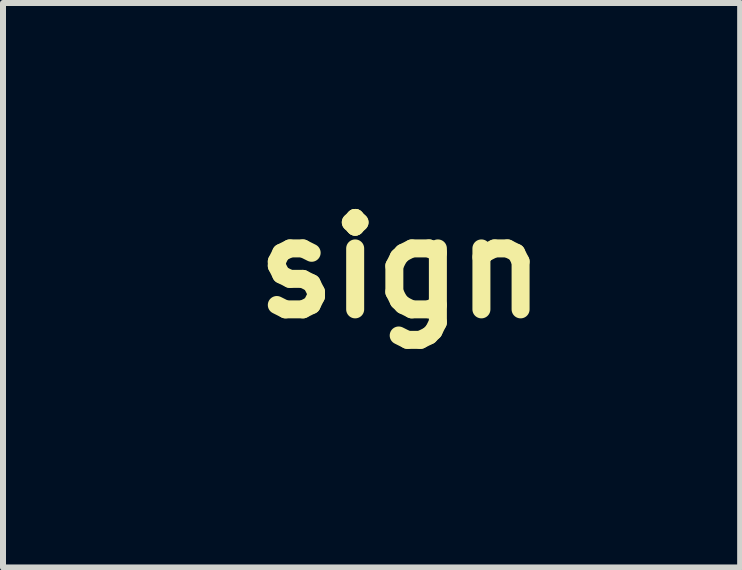
<source format=kicad_pcb>
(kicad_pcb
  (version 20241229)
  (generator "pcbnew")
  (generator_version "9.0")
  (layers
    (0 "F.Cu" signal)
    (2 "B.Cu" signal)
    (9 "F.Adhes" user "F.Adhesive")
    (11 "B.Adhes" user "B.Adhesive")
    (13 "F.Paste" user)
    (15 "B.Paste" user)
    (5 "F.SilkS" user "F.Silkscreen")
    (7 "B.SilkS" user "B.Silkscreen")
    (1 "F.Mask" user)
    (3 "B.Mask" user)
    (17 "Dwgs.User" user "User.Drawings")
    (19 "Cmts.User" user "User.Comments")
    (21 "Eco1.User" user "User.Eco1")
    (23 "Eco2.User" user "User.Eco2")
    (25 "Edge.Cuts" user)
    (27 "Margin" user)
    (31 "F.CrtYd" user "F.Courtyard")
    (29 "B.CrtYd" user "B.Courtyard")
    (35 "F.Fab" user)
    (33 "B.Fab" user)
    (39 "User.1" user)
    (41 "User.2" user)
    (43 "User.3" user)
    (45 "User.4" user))
  (footprint "sign"
    (layer "F.Cu")
    (at 3.633 1.418)
    (property "Reference" "sign" (at 0 0 0) (layer "F.SilkS") (effects (font (size 1.524 1.524) (thickness 0.3))))
    (attr through_hole)
    (fp_poly (pts (xy -2.255 0.191) (xy -2.243 0.201) (xy -2.229 0.217) (xy -2.22 0.236) (xy -2.214 0.263) (xy -2.214 0.265) (xy -2.208 0.307) (xy -2.202 0.36) (xy -2.196 0.422) (xy -2.189 0.489) (xy -2.183 0.56) (xy -2.178 0.631) (xy -2.174 0.699) (xy -2.17 0.761) (xy -2.17 0.769) (xy -2.165 0.87) (xy -2.159 0.958) (xy -2.153 1.033) (xy -2.147 1.096) (xy -2.139 1.149) (xy -2.131 1.193) (xy -2.121 1.228) (xy -2.11 1.256) (xy -2.098 1.277) (xy -2.092 1.285) (xy -2.077 1.299) (xy -2.061 1.307) (xy -2.042 1.306) (xy -2.021 1.296) (xy -1.994 1.277) (xy -1.962 1.249) (xy -1.924 1.209) (xy -1.894 1.177) (xy -1.855 1.136) (xy -1.824 1.107) (xy -1.798 1.089) (xy -1.776 1.081) (xy -1.757 1.082) (xy -1.739 1.091) (xy -1.73 1.099) (xy -1.716 1.119) (xy -1.711 1.14) (xy -1.718 1.164) (xy -1.735 1.192) (xy -1.758 1.221) (xy -1.803 1.271) (xy -1.846 1.317) (xy -1.887 1.356) (xy -1.923 1.387) (xy -1.953 1.41) (xy -1.966 1.417) (xy -2.016 1.434) (xy -2.066 1.437) (xy -2.115 1.426) (xy -2.132 1.418) (xy -2.162 1.4) (xy -2.187 1.378) (xy -2.209 1.35) (xy -2.228 1.315) (xy -2.244 1.272) (xy -2.258 1.22) (xy -2.269 1.158) (xy -2.278 1.085) (xy -2.286 1) (xy -2.292 0.902) (xy -2.293 0.886) (xy -2.298 0.792) (xy -2.303 0.71) (xy -2.308 0.638) (xy -2.313 0.574) (xy -2.317 0.515) (xy -2.323 0.459) (xy -2.328 0.403) (xy -2.33 0.385) (xy -2.335 0.342) (xy -2.338 0.302) (xy -2.34 0.268) (xy -2.341 0.244) (xy -2.34 0.232) (xy -2.328 0.206) (xy -2.304 0.189) (xy -2.288 0.184) (xy -2.271 0.184) (xy -2.255 0.191)) (stroke (width 0.01) (type solid)) (fill yes) (layer "F.Mask"))
    (fp_poly (pts (xy 1.806 0.094) (xy 1.813 0.097) (xy 1.831 0.111) (xy 1.848 0.13) (xy 1.851 0.136) (xy 1.858 0.148) (xy 1.863 0.162) (xy 1.867 0.18) (xy 1.869 0.206) (xy 1.871 0.241) (xy 1.872 0.264) (xy 1.876 0.364) (xy 1.925 0.292) (xy 1.968 0.234) (xy 2.01 0.187) (xy 2.051 0.15) (xy 2.09 0.126) (xy 2.106 0.119) (xy 2.155 0.108) (xy 2.199 0.108) (xy 2.238 0.119) (xy 2.268 0.14) (xy 2.278 0.152) (xy 2.291 0.172) (xy 2.301 0.193) (xy 2.309 0.218) (xy 2.314 0.248) (xy 2.317 0.286) (xy 2.32 0.335) (xy 2.321 0.365) (xy 2.321 0.416) (xy 2.321 0.464) (xy 2.32 0.51) (xy 2.316 0.557) (xy 2.312 0.608) (xy 2.305 0.665) (xy 2.295 0.73) (xy 2.284 0.808) (xy 2.282 0.82) (xy 2.268 0.907) (xy 2.257 0.98) (xy 2.248 1.042) (xy 2.24 1.093) (xy 2.234 1.135) (xy 2.229 1.169) (xy 2.226 1.197) (xy 2.223 1.219) (xy 2.222 1.237) (xy 2.221 1.253) (xy 2.221 1.266) (xy 2.221 1.268) (xy 2.222 1.299) (xy 2.228 1.322) (xy 2.239 1.336) (xy 2.258 1.342) (xy 2.287 1.342) (xy 2.326 1.335) (xy 2.358 1.327) (xy 2.398 1.319) (xy 2.427 1.318) (xy 2.448 1.323) (xy 2.462 1.336) (xy 2.471 1.353) (xy 2.478 1.378) (xy 2.473 1.399) (xy 2.458 1.421) (xy 2.437 1.435) (xy 2.406 1.448) (xy 2.368 1.458) (xy 2.325 1.466) (xy 2.282 1.47) (xy 2.242 1.471) (xy 2.209 1.467) (xy 2.196 1.463) (xy 2.157 1.441) (xy 2.125 1.406) (xy 2.107 1.375) (xy 2.101 1.36) (xy 2.096 1.344) (xy 2.092 1.326) (xy 2.09 1.305) (xy 2.09 1.28) (xy 2.091 1.249) (xy 2.094 1.212) (xy 2.099 1.167) (xy 2.106 1.113) (xy 2.115 1.049) (xy 2.126 0.973) (xy 2.14 0.886) (xy 2.151 0.816) (xy 2.163 0.738) (xy 2.172 0.671) (xy 2.18 0.613) (xy 2.185 0.563) (xy 2.189 0.516) (xy 2.191 0.472) (xy 2.191 0.426) (xy 2.191 0.378) (xy 2.191 0.376) (xy 2.189 0.327) (xy 2.187 0.291) (xy 2.185 0.266) (xy 2.18 0.251) (xy 2.174 0.243) (xy 2.164 0.24) (xy 2.152 0.242) (xy 2.152 0.242) (xy 2.127 0.255) (xy 2.098 0.281) (xy 2.065 0.32) (xy 2.027 0.373) (xy 1.984 0.44) (xy 1.938 0.52) (xy 1.923 0.548) (xy 1.886 0.614) (xy 1.857 0.668) (xy 1.832 0.712) (xy 1.812 0.746) (xy 1.797 0.773) (xy 1.784 0.793) (xy 1.774 0.807) (xy 1.766 0.817) (xy 1.759 0.824) (xy 1.753 0.828) (xy 1.753 0.828) (xy 1.725 0.84) (xy 1.701 0.838) (xy 1.678 0.823) (xy 1.676 0.821) (xy 1.663 0.805) (xy 1.656 0.787) (xy 1.656 0.766) (xy 1.662 0.737) (xy 1.674 0.699) (xy 1.679 0.682) (xy 1.699 0.615) (xy 1.716 0.538) (xy 1.729 0.455) (xy 1.737 0.37) (xy 1.739 0.334) (xy 1.743 0.236) (xy 1.717 0.264) (xy 1.701 0.284) (xy 1.683 0.312) (xy 1.667 0.34) (xy 1.648 0.373) (xy 1.632 0.395) (xy 1.616 0.409) (xy 1.597 0.417) (xy 1.591 0.418) (xy 1.574 0.419) (xy 1.56 0.413) (xy 1.546 0.401) (xy 1.53 0.379) (xy 1.525 0.355) (xy 1.53 0.326) (xy 1.543 0.295) (xy 1.572 0.244) (xy 1.603 0.197) (xy 1.635 0.156) (xy 1.667 0.123) (xy 1.696 0.102) (xy 1.702 0.098) (xy 1.736 0.088) (xy 1.773 0.087) (xy 1.806 0.094)) (stroke (width 0.01) (type solid)) (fill yes) (layer "F.Mask"))
    (fp_poly (pts (xy -1.672 -0.976) (xy -1.646 -0.963) (xy -1.63 -0.941) (xy -1.626 -0.916) (xy -1.628 -0.897) (xy -1.636 -0.875) (xy -1.652 -0.847) (xy -1.661 -0.834) (xy -1.721 -0.743) (xy -1.774 -0.663) (xy -1.822 -0.591) (xy -1.866 -0.525) (xy -1.907 -0.464) (xy -1.947 -0.406) (xy -1.987 -0.348) (xy -2.028 -0.289) (xy -2.071 -0.228) (xy -2.099 -0.189) (xy -2.14 -0.131) (xy -2.181 -0.072) (xy -2.222 -0.016) (xy -2.26 0.037) (xy -2.294 0.085) (xy -2.322 0.124) (xy -2.344 0.155) (xy -2.348 0.16) (xy -2.375 0.197) (xy -2.403 0.235) (xy -2.427 0.27) (xy -2.447 0.298) (xy -2.454 0.309) (xy -2.488 0.359) (xy -2.5 0.486) (xy -2.509 0.576) (xy -2.519 0.662) (xy -2.53 0.74) (xy -2.542 0.81) (xy -2.553 0.869) (xy -2.556 0.882) (xy -2.573 0.948) (xy -2.596 1.02) (xy -2.623 1.096) (xy -2.652 1.173) (xy -2.684 1.248) (xy -2.717 1.318) (xy -2.749 1.382) (xy -2.78 1.435) (xy -2.798 1.463) (xy -2.837 1.511) (xy -2.879 1.548) (xy -2.922 1.576) (xy -2.965 1.592) (xy -3.007 1.595) (xy -3.044 1.586) (xy -3.08 1.566) (xy -3.107 1.539) (xy -3.125 1.504) (xy -3.133 1.462) (xy -3.132 1.433) (xy -3.004 1.433) (xy -3.003 1.452) (xy -3.003 1.453) (xy -2.993 1.462) (xy -2.977 1.458) (xy -2.954 1.441) (xy -2.933 1.422) (xy -2.909 1.392) (xy -2.881 1.35) (xy -2.852 1.299) (xy -2.822 1.239) (xy -2.793 1.173) (xy -2.764 1.104) (xy -2.737 1.033) (xy -2.713 0.962) (xy -2.693 0.894) (xy -2.688 0.875) (xy -2.681 0.846) (xy -2.674 0.81) (xy -2.667 0.77) (xy -2.66 0.728) (xy -2.653 0.687) (xy -2.648 0.65) (xy -2.645 0.62) (xy -2.643 0.6) (xy -2.644 0.592) (xy -2.648 0.594) (xy -2.658 0.607) (xy -2.673 0.631) (xy -2.691 0.663) (xy -2.713 0.701) (xy -2.737 0.746) (xy -2.762 0.794) (xy -2.787 0.844) (xy -2.813 0.895) (xy -2.838 0.945) (xy -2.86 0.993) (xy -2.88 1.038) (xy -2.885 1.048) (xy -2.906 1.1) (xy -2.927 1.156) (xy -2.947 1.212) (xy -2.965 1.267) (xy -2.98 1.318) (xy -2.992 1.365) (xy -3 1.404) (xy -3.004 1.433) (xy -3.132 1.433) (xy -3.132 1.411) (xy -3.123 1.349) (xy -3.104 1.277) (xy -3.102 1.27) (xy -3.084 1.209) (xy -3.065 1.152) (xy -3.044 1.095) (xy -3.02 1.036) (xy -2.992 0.973) (xy -2.959 0.903) (xy -2.921 0.823) (xy -2.909 0.799) (xy -2.875 0.732) (xy -2.846 0.675) (xy -2.819 0.626) (xy -2.794 0.581) (xy -2.768 0.537) (xy -2.739 0.493) (xy -2.711 0.451) (xy -2.616 0.309) (xy -2.614 0.247) (xy -2.612 0.173) (xy -2.609 0.098) (xy -2.605 0.026) (xy -2.601 -0.043) (xy -2.597 -0.105) (xy -2.593 -0.158) (xy -2.59 -0.2) (xy -2.587 -0.221) (xy -2.583 -0.253) (xy -2.58 -0.279) (xy -2.579 -0.297) (xy -2.579 -0.303) (xy -2.584 -0.299) (xy -2.596 -0.286) (xy -2.612 -0.268) (xy -2.613 -0.268) (xy -2.643 -0.236) (xy -2.682 -0.203) (xy -2.723 -0.173) (xy -2.76 -0.151) (xy -2.782 -0.142) (xy -2.811 -0.132) (xy -2.831 -0.126) (xy -2.861 -0.12) (xy -2.885 -0.119) (xy -2.914 -0.122) (xy -2.922 -0.124) (xy -2.977 -0.141) (xy -3.026 -0.171) (xy -3.067 -0.213) (xy -3.101 -0.268) (xy -3.128 -0.335) (xy -3.147 -0.41) (xy -3.153 -0.437) (xy -3.159 -0.457) (xy -3.163 -0.466) (xy -3.165 -0.467) (xy -3.169 -0.458) (xy -3.176 -0.438) (xy -3.184 -0.41) (xy -3.193 -0.381) (xy -3.24 -0.224) (xy -3.287 -0.075) (xy -3.335 0.066) (xy -3.383 0.198) (xy -3.431 0.318) (xy -3.478 0.425) (xy -3.492 0.456) (xy -3.507 0.486) (xy -3.519 0.506) (xy -3.53 0.518) (xy -3.543 0.526) (xy -3.547 0.527) (xy -3.568 0.534) (xy -3.585 0.532) (xy -3.594 0.529) (xy -3.612 0.519) (xy -3.624 0.505) (xy -3.628 0.485) (xy -3.626 0.459) (xy -3.616 0.424) (xy -3.599 0.379) (xy -3.582 0.34) (xy -3.534 0.227) (xy -3.486 0.1) (xy -3.437 -0.038) (xy -3.388 -0.185) (xy -3.34 -0.341) (xy -3.334 -0.363) (xy -3.316 -0.423) (xy -3.296 -0.488) (xy -3.275 -0.555) (xy -3.256 -0.617) (xy -3.238 -0.673) (xy -3.231 -0.693) (xy -3.212 -0.75) (xy -3.195 -0.794) (xy -3.181 -0.828) (xy -3.168 -0.851) (xy -3.156 -0.866) (xy -3.143 -0.874) (xy -3.129 -0.877) (xy -3.116 -0.876) (xy -3.089 -0.868) (xy -3.07 -0.852) (xy -3.057 -0.827) (xy -3.05 -0.792) (xy -3.048 -0.745) (xy -3.048 -0.744) (xy -3.047 -0.686) (xy -3.042 -0.621) (xy -3.036 -0.555) (xy -3.028 -0.493) (xy -3.019 -0.439) (xy -3.019 -0.438) (xy -3.006 -0.385) (xy -2.988 -0.338) (xy -2.968 -0.299) (xy -2.952 -0.278) (xy -2.929 -0.262) (xy -2.899 -0.252) (xy -2.87 -0.25) (xy -2.861 -0.251) (xy -2.823 -0.266) (xy -2.782 -0.293) (xy -2.738 -0.33) (xy -2.693 -0.376) (xy -2.648 -0.429) (xy -2.605 -0.487) (xy -2.566 -0.55) (xy -2.53 -0.614) (xy -2.501 -0.679) (xy -2.493 -0.699) (xy -2.481 -0.722) (xy -2.468 -0.742) (xy -2.462 -0.748) (xy -2.436 -0.761) (xy -2.409 -0.761) (xy -2.385 -0.751) (xy -2.367 -0.732) (xy -2.359 -0.706) (xy -2.359 -0.7) (xy -2.361 -0.681) (xy -2.367 -0.653) (xy -2.376 -0.621) (xy -2.38 -0.61) (xy -2.393 -0.564) (xy -2.407 -0.506) (xy -2.421 -0.439) (xy -2.434 -0.365) (xy -2.446 -0.286) (xy -2.456 -0.206) (xy -2.465 -0.128) (xy -2.472 -0.052) (xy -2.474 -0.018) (xy -2.477 0.031) (xy -2.478 0.067) (xy -2.478 0.091) (xy -2.478 0.105) (xy -2.475 0.11) (xy -2.472 0.108) (xy -2.459 0.091) (xy -2.439 0.064) (xy -2.414 0.03) (xy -2.386 -0.009) (xy -2.357 -0.049) (xy -2.328 -0.09) (xy -2.301 -0.127) (xy -2.277 -0.16) (xy -2.275 -0.163) (xy -2.248 -0.202) (xy -2.215 -0.249) (xy -2.179 -0.299) (xy -2.144 -0.35) (xy -2.11 -0.397) (xy -2.11 -0.398) (xy -2.082 -0.438) (xy -2.048 -0.487) (xy -2.01 -0.543) (xy -1.97 -0.603) (xy -1.929 -0.664) (xy -1.89 -0.723) (xy -1.875 -0.744) (xy -1.835 -0.805) (xy -1.802 -0.855) (xy -1.774 -0.895) (xy -1.751 -0.925) (xy -1.733 -0.948) (xy -1.718 -0.963) (xy -1.705 -0.973) (xy -1.694 -0.978) (xy -1.683 -0.978) (xy -1.672 -0.976)) (stroke (width 0.01) (type solid)) (fill yes) (layer "F.Mask"))
    (fp_poly (pts (xy -0.183 -0.555) (xy -0.16 -0.54) (xy -0.149 -0.529) (xy -0.142 -0.515) (xy -0.139 -0.498) (xy -0.141 -0.476) (xy -0.147 -0.445) (xy -0.158 -0.405) (xy -0.174 -0.354) (xy -0.174 -0.353) (xy -0.19 -0.302) (xy -0.207 -0.243) (xy -0.223 -0.184) (xy -0.238 -0.131) (xy -0.24 -0.123) (xy -0.264 -0.031) (xy -0.292 0.063) (xy -0.321 0.155) (xy -0.352 0.243) (xy -0.383 0.324) (xy -0.413 0.396) (xy -0.436 0.444) (xy -0.452 0.479) (xy -0.467 0.518) (xy -0.479 0.553) (xy -0.48 0.558) (xy -0.488 0.592) (xy -0.496 0.631) (xy -0.504 0.671) (xy -0.511 0.71) (xy -0.517 0.745) (xy -0.52 0.772) (xy -0.521 0.789) (xy -0.521 0.792) (xy -0.519 0.795) (xy -0.513 0.795) (xy -0.501 0.79) (xy -0.483 0.78) (xy -0.457 0.764) (xy -0.422 0.741) (xy -0.383 0.715) (xy -0.338 0.685) (xy -0.303 0.662) (xy -0.276 0.646) (xy -0.256 0.635) (xy -0.24 0.628) (xy -0.228 0.625) (xy -0.218 0.624) (xy -0.188 0.629) (xy -0.169 0.645) (xy -0.16 0.67) (xy -0.16 0.681) (xy -0.163 0.706) (xy -0.172 0.724) (xy -0.184 0.734) (xy -0.205 0.75) (xy -0.235 0.771) (xy -0.27 0.795) (xy -0.308 0.821) (xy -0.348 0.847) (xy -0.387 0.872) (xy -0.423 0.895) (xy -0.454 0.914) (xy -0.477 0.927) (xy -0.487 0.932) (xy -0.526 0.947) (xy -0.556 0.954) (xy -0.582 0.953) (xy -0.602 0.945) (xy -0.626 0.93) (xy -0.642 0.913) (xy -0.651 0.89) (xy -0.655 0.858) (xy -0.655 0.827) (xy -0.654 0.761) (xy -0.739 0.843) (xy -0.779 0.881) (xy -0.811 0.909) (xy -0.838 0.929) (xy -0.861 0.942) (xy -0.882 0.949) (xy -0.903 0.951) (xy -0.904 0.951) (xy -0.938 0.944) (xy -0.969 0.924) (xy -0.995 0.893) (xy -1.015 0.852) (xy -1.03 0.803) (xy -1.037 0.747) (xy -1.038 0.721) (xy -1.038 0.712) (xy -0.91 0.712) (xy -0.907 0.745) (xy -0.904 0.772) (xy -0.901 0.792) (xy -0.9 0.802) (xy -0.9 0.802) (xy -0.896 0.806) (xy -0.885 0.801) (xy -0.865 0.785) (xy -0.837 0.759) (xy -0.805 0.728) (xy -0.769 0.689) (xy -0.732 0.647) (xy -0.695 0.603) (xy -0.661 0.559) (xy -0.632 0.52) (xy -0.611 0.486) (xy -0.602 0.472) (xy -0.594 0.453) (xy -0.584 0.424) (xy -0.574 0.392) (xy -0.57 0.377) (xy -0.558 0.336) (xy -0.544 0.291) (xy -0.531 0.248) (xy -0.529 0.241) (xy -0.52 0.212) (xy -0.513 0.188) (xy -0.511 0.173) (xy -0.511 0.169) (xy -0.518 0.171) (xy -0.535 0.18) (xy -0.559 0.194) (xy -0.587 0.213) (xy -0.589 0.214) (xy -0.631 0.245) (xy -0.675 0.281) (xy -0.72 0.321) (xy -0.762 0.362) (xy -0.799 0.402) (xy -0.828 0.437) (xy -0.838 0.451) (xy -0.87 0.51) (xy -0.893 0.576) (xy -0.907 0.645) (xy -0.91 0.712) (xy -1.038 0.712) (xy -1.039 0.695) (xy -1.04 0.675) (xy -1.043 0.665) (xy -1.043 0.665) (xy -1.051 0.668) (xy -1.065 0.68) (xy -1.085 0.699) (xy -1.103 0.716) (xy -1.144 0.755) (xy -1.19 0.794) (xy -1.235 0.829) (xy -1.278 0.858) (xy -1.309 0.876) (xy -1.352 0.892) (xy -1.391 0.894) (xy -1.425 0.884) (xy -1.453 0.861) (xy -1.474 0.827) (xy -1.487 0.782) (xy -1.492 0.739) (xy -1.493 0.711) (xy -1.494 0.689) (xy -1.495 0.678) (xy -1.495 0.676) (xy -1.499 0.681) (xy -1.511 0.694) (xy -1.529 0.715) (xy -1.549 0.739) (xy -1.591 0.786) (xy -1.634 0.831) (xy -1.675 0.87) (xy -1.713 0.901) (xy -1.734 0.915) (xy -1.773 0.933) (xy -1.811 0.937) (xy -1.846 0.927) (xy -1.878 0.904) (xy -1.904 0.87) (xy -1.917 0.842) (xy -1.924 0.82) (xy -1.929 0.797) (xy -1.932 0.769) (xy -1.933 0.732) (xy -1.933 0.716) (xy -1.934 0.679) (xy -1.935 0.654) (xy -1.937 0.638) (xy -1.941 0.628) (xy -1.947 0.621) (xy -1.95 0.618) (xy -1.969 0.595) (xy -1.976 0.567) (xy -1.975 0.553) (xy -1.969 0.54) (xy -1.954 0.52) (xy -1.934 0.498) (xy -1.927 0.491) (xy -1.901 0.464) (xy -1.883 0.44) (xy -1.871 0.414) (xy -1.865 0.399) (xy -1.82 0.291) (xy -1.786 0.23) (xy -1.63 0.23) (xy -1.624 0.228) (xy -1.62 0.226) (xy -1.607 0.216) (xy -1.59 0.2) (xy -1.584 0.193) (xy -1.566 0.172) (xy -1.549 0.149) (xy -1.534 0.127) (xy -1.523 0.109) (xy -1.518 0.098) (xy -1.519 0.097) (xy -1.525 0.1) (xy -1.538 0.112) (xy -1.555 0.13) (xy -1.574 0.151) (xy -1.593 0.173) (xy -1.609 0.194) (xy -1.62 0.209) (xy -1.621 0.21) (xy -1.629 0.225) (xy -1.63 0.23) (xy -1.786 0.23) (xy -1.762 0.188) (xy -1.694 0.093) (xy -1.616 0.007) (xy -1.579 -0.027) (xy -1.53 -0.066) (xy -1.484 -0.093) (xy -1.444 -0.107) (xy -1.41 -0.108) (xy -1.381 -0.097) (xy -1.358 -0.073) (xy -1.352 -0.063) (xy -1.341 -0.028) (xy -1.342 0.013) (xy -1.354 0.061) (xy -1.377 0.115) (xy -1.406 0.168) (xy -1.425 0.198) (xy -1.443 0.225) (xy -1.463 0.25) (xy -1.486 0.275) (xy -1.513 0.303) (xy -1.547 0.334) (xy -1.589 0.371) (xy -1.627 0.404) (xy -1.663 0.435) (xy -1.696 0.465) (xy -1.725 0.491) (xy -1.747 0.511) (xy -1.76 0.524) (xy -1.763 0.527) (xy -1.774 0.548) (xy -1.784 0.58) (xy -1.793 0.619) (xy -1.799 0.662) (xy -1.803 0.706) (xy -1.803 0.72) (xy -1.803 0.755) (xy -1.8 0.779) (xy -1.794 0.79) (xy -1.784 0.79) (xy -1.767 0.778) (xy -1.742 0.755) (xy -1.722 0.735) (xy -1.651 0.657) (xy -1.583 0.57) (xy -1.521 0.479) (xy -1.514 0.466) (xy -1.497 0.437) (xy -1.475 0.397) (xy -1.45 0.349) (xy -1.423 0.297) (xy -1.396 0.242) (xy -1.369 0.187) (xy -1.345 0.136) (xy -1.326 0.095) (xy -1.312 0.068) (xy -1.3 0.052) (xy -1.285 0.042) (xy -1.28 0.039) (xy -1.25 0.033) (xy -1.223 0.04) (xy -1.205 0.056) (xy -1.195 0.073) (xy -1.191 0.094) (xy -1.194 0.119) (xy -1.204 0.152) (xy -1.221 0.195) (xy -1.226 0.205) (xy -1.243 0.248) (xy -1.262 0.297) (xy -1.28 0.345) (xy -1.29 0.374) (xy -1.303 0.415) (xy -1.316 0.461) (xy -1.328 0.511) (xy -1.339 0.561) (xy -1.348 0.609) (xy -1.356 0.654) (xy -1.361 0.692) (xy -1.363 0.722) (xy -1.363 0.742) (xy -1.361 0.747) (xy -1.352 0.748) (xy -1.334 0.74) (xy -1.309 0.722) (xy -1.276 0.696) (xy -1.237 0.661) (xy -1.193 0.62) (xy -1.151 0.579) (xy -1.108 0.537) (xy -1.074 0.504) (xy -1.048 0.481) (xy -1.029 0.466) (xy -1.016 0.46) (xy -1.015 0.46) (xy -0.994 0.449) (xy -0.982 0.436) (xy -0.92 0.347) (xy -0.846 0.262) (xy -0.76 0.181) (xy -0.663 0.107) (xy -0.613 0.074) (xy -0.574 0.051) (xy -0.545 0.037) (xy -0.522 0.031) (xy -0.503 0.033) (xy -0.489 0.04) (xy -0.474 0.047) (xy -0.465 0.046) (xy -0.465 0.046) (xy -0.46 0.037) (xy -0.451 0.016) (xy -0.439 -0.015) (xy -0.425 -0.053) (xy -0.409 -0.097) (xy -0.391 -0.145) (xy -0.374 -0.194) (xy -0.356 -0.242) (xy -0.34 -0.289) (xy -0.326 -0.33) (xy -0.314 -0.366) (xy -0.306 -0.392) (xy -0.305 -0.396) (xy -0.289 -0.447) (xy -0.275 -0.486) (xy -0.262 -0.515) (xy -0.249 -0.534) (xy -0.235 -0.546) (xy -0.232 -0.548) (xy -0.206 -0.558) (xy -0.183 -0.555)) (stroke (width 0.01) (type solid)) (fill yes) (layer "F.Mask"))
    (fp_poly (pts (xy 1.276 0.016) (xy 1.294 0.024) (xy 1.307 0.036) (xy 1.321 0.052) (xy 1.328 0.067) (xy 1.329 0.07) (xy 1.328 0.105) (xy 1.318 0.131) (xy 1.313 0.139) (xy 1.304 0.153) (xy 1.303 0.163) (xy 1.309 0.176) (xy 1.313 0.183) (xy 1.322 0.2) (xy 1.326 0.216) (xy 1.326 0.235) (xy 1.32 0.258) (xy 1.309 0.288) (xy 1.291 0.327) (xy 1.274 0.362) (xy 1.248 0.415) (xy 1.229 0.46) (xy 1.215 0.5) (xy 1.205 0.539) (xy 1.197 0.582) (xy 1.191 0.631) (xy 1.187 0.68) (xy 1.188 0.716) (xy 1.194 0.74) (xy 1.204 0.752) (xy 1.209 0.753) (xy 1.22 0.75) (xy 1.241 0.741) (xy 1.269 0.726) (xy 1.302 0.707) (xy 1.314 0.701) (xy 1.357 0.675) (xy 1.39 0.658) (xy 1.416 0.649) (xy 1.436 0.646) (xy 1.452 0.65) (xy 1.466 0.66) (xy 1.47 0.664) (xy 1.485 0.688) (xy 1.486 0.714) (xy 1.474 0.741) (xy 1.469 0.746) (xy 1.452 0.762) (xy 1.425 0.783) (xy 1.392 0.806) (xy 1.355 0.829) (xy 1.318 0.85) (xy 1.29 0.864) (xy 1.252 0.878) (xy 1.213 0.885) (xy 1.176 0.885) (xy 1.147 0.879) (xy 1.144 0.877) (xy 1.109 0.852) (xy 1.083 0.815) (xy 1.066 0.772) (xy 1.06 0.723) (xy 1.06 0.722) (xy 1.059 0.702) (xy 1.056 0.689) (xy 1.055 0.687) (xy 1.048 0.69) (xy 1.033 0.701) (xy 1.013 0.718) (xy 0.997 0.732) (xy 0.965 0.76) (xy 0.926 0.791) (xy 0.884 0.822) (xy 0.843 0.85) (xy 0.808 0.873) (xy 0.792 0.882) (xy 0.769 0.896) (xy 0.75 0.915) (xy 0.749 0.915) (xy 0.733 0.93) (xy 0.706 0.95) (xy 0.671 0.973) (xy 0.63 0.999) (xy 0.585 1.024) (xy 0.54 1.049) (xy 0.496 1.072) (xy 0.475 1.082) (xy 0.435 1.1) (xy 0.387 1.123) (xy 0.338 1.147) (xy 0.293 1.169) (xy 0.287 1.172) (xy 0.185 1.223) (xy 0.091 1.444) (xy 0.067 1.5) (xy 0.044 1.553) (xy 0.022 1.602) (xy 0.003 1.645) (xy -0.013 1.68) (xy -0.024 1.705) (xy -0.028 1.713) (xy -0.061 1.77) (xy -0.098 1.825) (xy -0.138 1.874) (xy -0.177 1.916) (xy -0.216 1.949) (xy -0.244 1.966) (xy -0.284 1.981) (xy -0.323 1.987) (xy -0.359 1.983) (xy -0.376 1.977) (xy -0.406 1.954) (xy -0.431 1.92) (xy -0.451 1.879) (xy -0.462 1.833) (xy -0.464 1.804) (xy -0.333 1.804) (xy -0.331 1.832) (xy -0.327 1.842) (xy -0.32 1.852) (xy -0.312 1.853) (xy -0.298 1.847) (xy -0.283 1.837) (xy -0.263 1.818) (xy -0.242 1.797) (xy -0.24 1.795) (xy -0.217 1.767) (xy -0.192 1.733) (xy -0.171 1.701) (xy -0.17 1.7) (xy -0.158 1.679) (xy -0.143 1.649) (xy -0.126 1.613) (xy -0.107 1.573) (xy -0.088 1.531) (xy -0.069 1.488) (xy -0.052 1.448) (xy -0.037 1.413) (xy -0.026 1.383) (xy -0.019 1.363) (xy -0.017 1.354) (xy -0.023 1.355) (xy -0.037 1.365) (xy -0.057 1.383) (xy -0.082 1.407) (xy -0.109 1.435) (xy -0.139 1.465) (xy -0.167 1.496) (xy -0.194 1.526) (xy -0.217 1.554) (xy -0.228 1.568) (xy -0.251 1.601) (xy -0.275 1.637) (xy -0.294 1.67) (xy -0.304 1.689) (xy -0.319 1.729) (xy -0.329 1.769) (xy -0.333 1.804) (xy -0.464 1.804) (xy -0.464 1.8) (xy -0.458 1.742) (xy -0.439 1.679) (xy -0.409 1.611) (xy -0.367 1.54) (xy -0.315 1.468) (xy -0.254 1.395) (xy -0.211 1.35) (xy -0.16 1.301) (xy -0.113 1.26) (xy -0.064 1.222) (xy -0.008 1.184) (xy 0.016 1.169) (xy 0.083 1.127) (xy 0.125 1.03) (xy 0.163 0.942) (xy 0.199 0.86) (xy 0.232 0.785) (xy 0.261 0.716) (xy 0.287 0.656) (xy 0.309 0.605) (xy 0.326 0.564) (xy 0.339 0.533) (xy 0.346 0.514) (xy 0.348 0.508) (xy 0.343 0.508) (xy 0.328 0.514) (xy 0.306 0.525) (xy 0.303 0.527) (xy 0.239 0.561) (xy 0.177 0.591) (xy 0.118 0.615) (xy 0.063 0.633) (xy 0.016 0.644) (xy -0.022 0.649) (xy -0.044 0.647) (xy -0.08 0.634) (xy -0.106 0.614) (xy -0.125 0.583) (xy -0.125 0.582) (xy -0.132 0.564) (xy -0.136 0.546) (xy -0.137 0.524) (xy -0.136 0.493) (xy -0.136 0.479) (xy -0.133 0.446) (xy -0.129 0.416) (xy -0.123 0.387) (xy -0.114 0.355) (xy -0.102 0.317) (xy -0.084 0.271) (xy -0.071 0.238) (xy -0.051 0.19) (xy -0.033 0.154) (xy -0.016 0.13) (xy 0.002 0.115) (xy 0.02 0.109) (xy 0.027 0.109) (xy 0.046 0.115) (xy 0.065 0.13) (xy 0.081 0.15) (xy 0.087 0.169) (xy 0.087 0.169) (xy 0.084 0.183) (xy 0.077 0.207) (xy 0.067 0.237) (xy 0.054 0.271) (xy 0.053 0.273) (xy 0.039 0.312) (xy 0.025 0.351) (xy 0.013 0.386) (xy 0.006 0.41) (xy -0.001 0.443) (xy -0.006 0.473) (xy -0.007 0.497) (xy -0.005 0.512) (xy -0.001 0.515) (xy 0.017 0.512) (xy 0.045 0.504) (xy 0.08 0.491) (xy 0.118 0.475) (xy 0.155 0.458) (xy 0.181 0.445) (xy 0.242 0.411) (xy 0.292 0.381) (xy 0.334 0.353) (xy 0.372 0.324) (xy 0.407 0.291) (xy 0.417 0.282) (xy 0.441 0.258) (xy 0.463 0.237) (xy 0.479 0.223) (xy 0.487 0.217) (xy 0.514 0.21) (xy 0.542 0.215) (xy 0.563 0.228) (xy 0.574 0.243) (xy 0.58 0.26) (xy 0.58 0.281) (xy 0.574 0.309) (xy 0.561 0.345) (xy 0.542 0.392) (xy 0.537 0.404) (xy 0.521 0.44) (xy 0.501 0.486) (xy 0.479 0.538) (xy 0.455 0.594) (xy 0.431 0.65) (xy 0.417 0.682) (xy 0.395 0.735) (xy 0.372 0.789) (xy 0.35 0.84) (xy 0.33 0.886) (xy 0.314 0.924) (xy 0.305 0.943) (xy 0.291 0.974) (xy 0.28 1.001) (xy 0.273 1.019) (xy 0.271 1.028) (xy 0.271 1.028) (xy 0.279 1.027) (xy 0.298 1.02) (xy 0.325 1.009) (xy 0.358 0.994) (xy 0.395 0.976) (xy 0.434 0.957) (xy 0.473 0.938) (xy 0.509 0.919) (xy 0.54 0.903) (xy 0.563 0.889) (xy 0.565 0.888) (xy 0.586 0.874) (xy 0.596 0.865) (xy 0.598 0.857) (xy 0.594 0.849) (xy 0.593 0.847) (xy 0.586 0.831) (xy 0.578 0.806) (xy 0.574 0.788) (xy 0.57 0.746) (xy 0.698 0.746) (xy 0.699 0.759) (xy 0.706 0.767) (xy 0.718 0.768) (xy 0.736 0.762) (xy 0.763 0.747) (xy 0.799 0.724) (xy 0.846 0.69) (xy 0.897 0.647) (xy 0.948 0.598) (xy 0.996 0.547) (xy 1.038 0.498) (xy 1.058 0.469) (xy 1.073 0.447) (xy 1.089 0.419) (xy 1.105 0.388) (xy 1.12 0.357) (xy 1.134 0.329) (xy 1.144 0.305) (xy 1.149 0.289) (xy 1.149 0.283) (xy 1.149 0.283) (xy 1.14 0.287) (xy 1.121 0.298) (xy 1.094 0.314) (xy 1.062 0.334) (xy 1.026 0.357) (xy 0.989 0.381) (xy 0.952 0.406) (xy 0.919 0.429) (xy 0.89 0.449) (xy 0.868 0.465) (xy 0.855 0.475) (xy 0.855 0.475) (xy 0.83 0.502) (xy 0.802 0.537) (xy 0.773 0.575) (xy 0.747 0.612) (xy 0.731 0.639) (xy 0.718 0.664) (xy 0.708 0.694) (xy 0.701 0.723) (xy 0.698 0.746) (xy 0.57 0.746) (xy 0.569 0.732) (xy 0.578 0.672) (xy 0.6 0.61) (xy 0.633 0.549) (xy 0.645 0.529) (xy 0.651 0.516) (xy 0.65 0.506) (xy 0.644 0.494) (xy 0.643 0.494) (xy 0.635 0.474) (xy 0.631 0.458) (xy 0.638 0.438) (xy 0.658 0.416) (xy 0.689 0.396) (xy 0.727 0.377) (xy 0.748 0.368) (xy 0.766 0.359) (xy 0.785 0.347) (xy 0.805 0.331) (xy 0.83 0.31) (xy 0.862 0.281) (xy 0.889 0.255) (xy 0.962 0.19) (xy 1.029 0.134) (xy 1.09 0.088) (xy 1.145 0.053) (xy 1.192 0.029) (xy 1.232 0.017) (xy 1.252 0.015) (xy 1.276 0.016)) (stroke (width 0.01) (type solid)) (fill yes) (layer "F.Mask")))
  (gr_rect
    (start -3 -3)
    (end 9.289 6.41)
    (stroke (width 0.1) (type default))
    (fill no)
    (layer "Edge.Cuts")))
</source>
